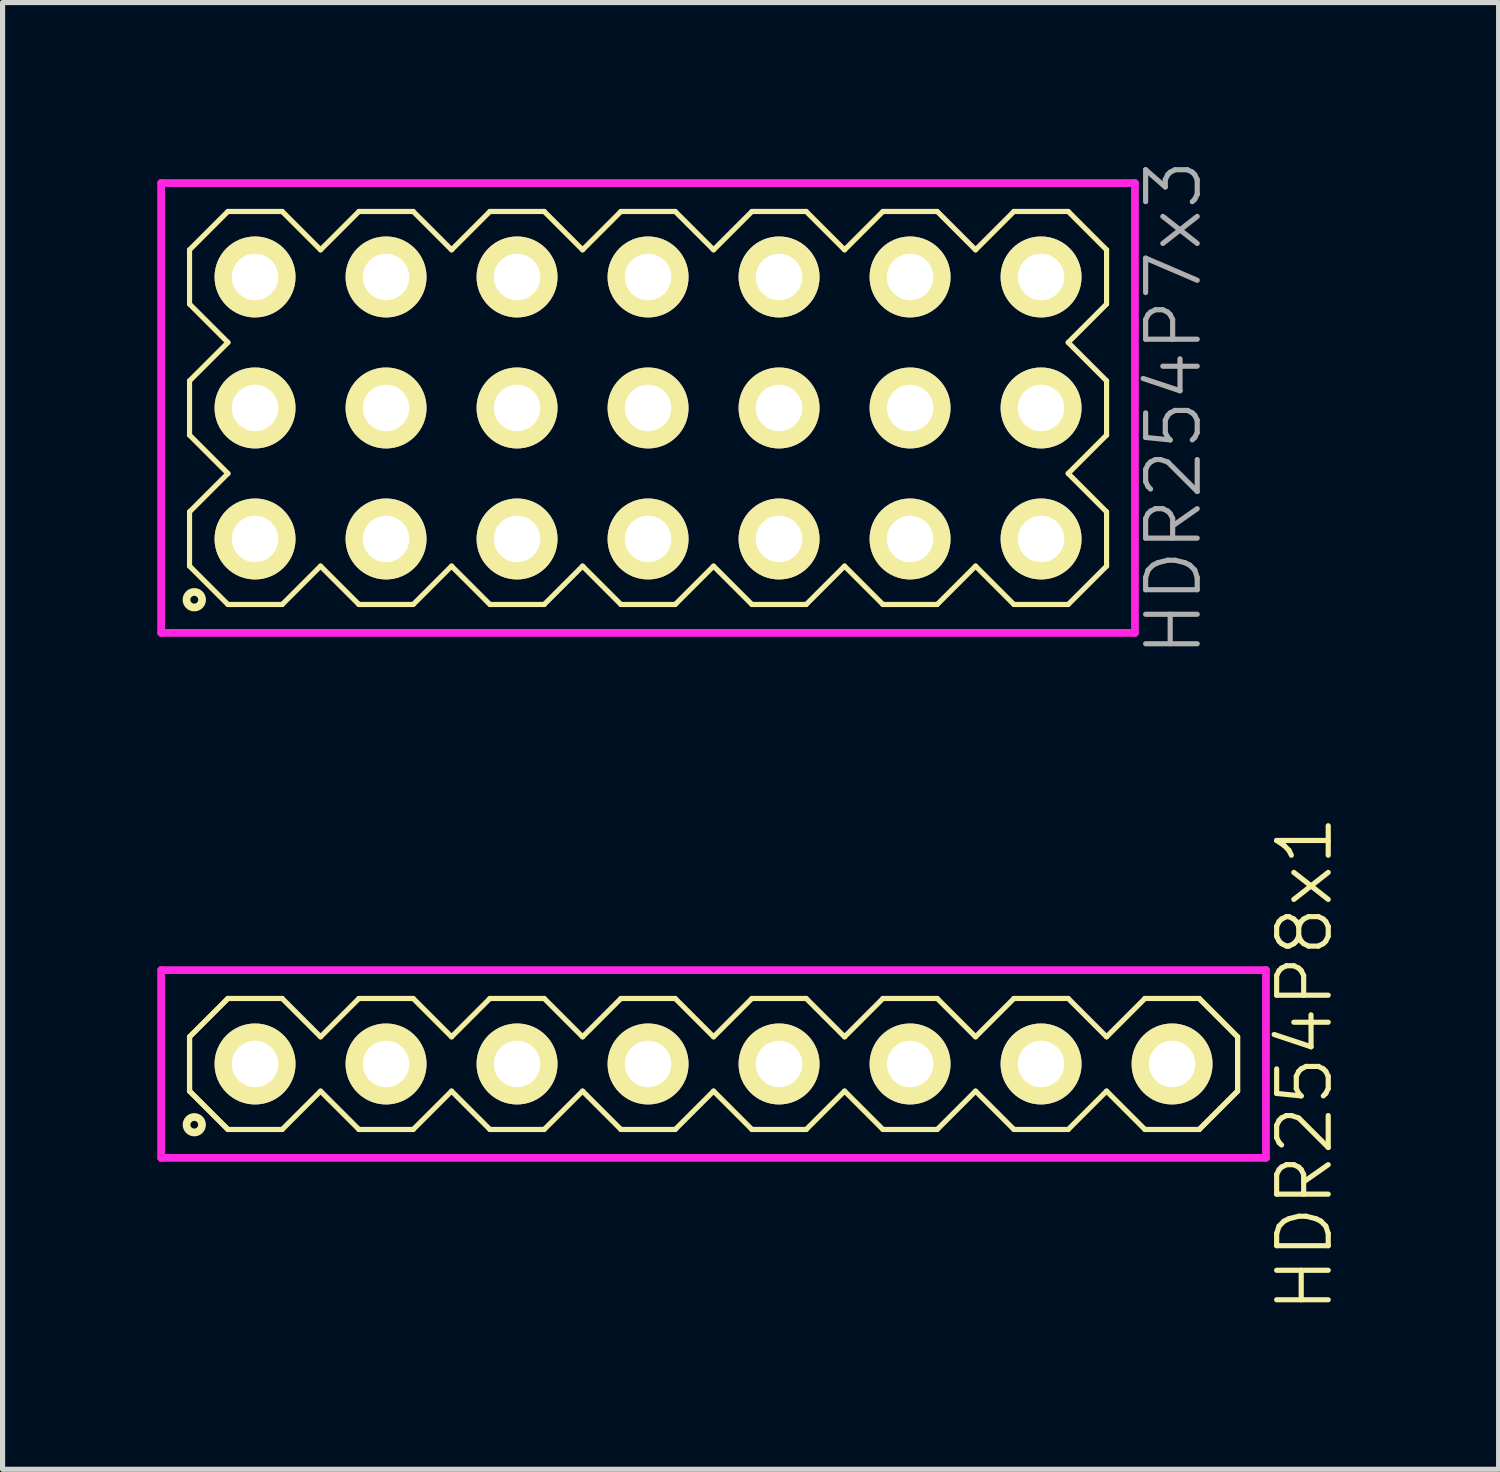
<source format=kicad_pcb>
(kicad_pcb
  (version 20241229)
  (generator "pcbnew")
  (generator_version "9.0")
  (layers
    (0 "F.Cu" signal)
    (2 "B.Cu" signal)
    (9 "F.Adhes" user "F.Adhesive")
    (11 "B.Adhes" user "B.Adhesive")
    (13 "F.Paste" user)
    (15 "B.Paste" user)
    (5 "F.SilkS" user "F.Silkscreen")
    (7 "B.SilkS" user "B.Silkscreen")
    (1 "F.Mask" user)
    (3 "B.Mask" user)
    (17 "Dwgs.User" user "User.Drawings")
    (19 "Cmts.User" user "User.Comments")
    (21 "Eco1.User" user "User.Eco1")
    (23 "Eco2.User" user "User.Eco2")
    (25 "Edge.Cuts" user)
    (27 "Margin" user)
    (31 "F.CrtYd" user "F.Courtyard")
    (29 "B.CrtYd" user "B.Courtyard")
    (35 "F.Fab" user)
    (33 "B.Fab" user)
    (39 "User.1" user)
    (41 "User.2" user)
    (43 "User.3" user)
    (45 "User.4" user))
  (footprint "HDR254P7x3"
    (layer "F.Cu")
    (at 9.515 4.86)
    (property "Reference" "HDR254P7x3" (at 10.19 0 90) (layer "F.Fab") (effects (font (size 1 1) (thickness 0.1))))
    (attr through_hole)
    (fp_line (start -8.89 -3.066) (end -8.146 -3.81) (stroke (width 0.1) (type solid)) (layer "F.SilkS"))
    (fp_line (start -8.89 -2.014) (end -8.89 -3.066) (stroke (width 0.1) (type solid)) (layer "F.SilkS"))
    (fp_line (start -8.89 -0.526) (end -8.146 -1.27) (stroke (width 0.1) (type solid)) (layer "F.SilkS"))
    (fp_line (start -8.89 0.526) (end -8.89 -0.526) (stroke (width 0.1) (type solid)) (layer "F.SilkS"))
    (fp_line (start -8.89 2.014) (end -8.146 1.27) (stroke (width 0.1) (type solid)) (layer "F.SilkS"))
    (fp_line (start -8.89 3.066) (end -8.89 2.014) (stroke (width 0.1) (type solid)) (layer "F.SilkS"))
    (fp_line (start -8.146 -3.81) (end -7.094 -3.81) (stroke (width 0.1) (type solid)) (layer "F.SilkS"))
    (fp_line (start -8.146 -1.27) (end -8.89 -2.014) (stroke (width 0.1) (type solid)) (layer "F.SilkS"))
    (fp_line (start -8.146 1.27) (end -8.89 0.526) (stroke (width 0.1) (type solid)) (layer "F.SilkS"))
    (fp_line (start -8.146 3.81) (end -8.89 3.066) (stroke (width 0.1) (type solid)) (layer "F.SilkS"))
    (fp_line (start -7.094 -3.81) (end -6.35 -3.066) (stroke (width 0.1) (type solid)) (layer "F.SilkS"))
    (fp_line (start -7.094 3.81) (end -8.146 3.81) (stroke (width 0.1) (type solid)) (layer "F.SilkS"))
    (fp_line (start -6.35 -3.066) (end -5.606 -3.81) (stroke (width 0.1) (type solid)) (layer "F.SilkS"))
    (fp_line (start -6.35 3.066) (end -7.094 3.81) (stroke (width 0.1) (type solid)) (layer "F.SilkS"))
    (fp_line (start -5.606 -3.81) (end -4.554 -3.81) (stroke (width 0.1) (type solid)) (layer "F.SilkS"))
    (fp_line (start -5.606 3.81) (end -6.35 3.066) (stroke (width 0.1) (type solid)) (layer "F.SilkS"))
    (fp_line (start -4.554 -3.81) (end -3.81 -3.066) (stroke (width 0.1) (type solid)) (layer "F.SilkS"))
    (fp_line (start -4.554 3.81) (end -5.606 3.81) (stroke (width 0.1) (type solid)) (layer "F.SilkS"))
    (fp_line (start -3.81 -3.066) (end -3.066 -3.81) (stroke (width 0.1) (type solid)) (layer "F.SilkS"))
    (fp_line (start -3.81 3.066) (end -4.554 3.81) (stroke (width 0.1) (type solid)) (layer "F.SilkS"))
    (fp_line (start -3.066 -3.81) (end -2.014 -3.81) (stroke (width 0.1) (type solid)) (layer "F.SilkS"))
    (fp_line (start -3.066 3.81) (end -3.81 3.066) (stroke (width 0.1) (type solid)) (layer "F.SilkS"))
    (fp_line (start -2.014 -3.81) (end -1.27 -3.066) (stroke (width 0.1) (type solid)) (layer "F.SilkS"))
    (fp_line (start -2.014 3.81) (end -3.066 3.81) (stroke (width 0.1) (type solid)) (layer "F.SilkS"))
    (fp_line (start -1.27 -3.066) (end -0.526 -3.81) (stroke (width 0.1) (type solid)) (layer "F.SilkS"))
    (fp_line (start -1.27 3.066) (end -2.014 3.81) (stroke (width 0.1) (type solid)) (layer "F.SilkS"))
    (fp_line (start -0.526 -3.81) (end 0.526 -3.81) (stroke (width 0.1) (type solid)) (layer "F.SilkS"))
    (fp_line (start -0.526 3.81) (end -1.27 3.066) (stroke (width 0.1) (type solid)) (layer "F.SilkS"))
    (fp_line (start 0.526 -3.81) (end 1.27 -3.066) (stroke (width 0.1) (type solid)) (layer "F.SilkS"))
    (fp_line (start 0.526 3.81) (end -0.526 3.81) (stroke (width 0.1) (type solid)) (layer "F.SilkS"))
    (fp_line (start 1.27 -3.066) (end 2.014 -3.81) (stroke (width 0.1) (type solid)) (layer "F.SilkS"))
    (fp_line (start 1.27 3.066) (end 0.526 3.81) (stroke (width 0.1) (type solid)) (layer "F.SilkS"))
    (fp_line (start 2.014 -3.81) (end 3.066 -3.81) (stroke (width 0.1) (type solid)) (layer "F.SilkS"))
    (fp_line (start 2.014 3.81) (end 1.27 3.066) (stroke (width 0.1) (type solid)) (layer "F.SilkS"))
    (fp_line (start 3.066 -3.81) (end 3.81 -3.066) (stroke (width 0.1) (type solid)) (layer "F.SilkS"))
    (fp_line (start 3.066 3.81) (end 2.014 3.81) (stroke (width 0.1) (type solid)) (layer "F.SilkS"))
    (fp_line (start 3.81 -3.066) (end 4.554 -3.81) (stroke (width 0.1) (type solid)) (layer "F.SilkS"))
    (fp_line (start 3.81 3.066) (end 3.066 3.81) (stroke (width 0.1) (type solid)) (layer "F.SilkS"))
    (fp_line (start 4.554 -3.81) (end 5.606 -3.81) (stroke (width 0.1) (type solid)) (layer "F.SilkS"))
    (fp_line (start 4.554 3.81) (end 3.81 3.066) (stroke (width 0.1) (type solid)) (layer "F.SilkS"))
    (fp_line (start 5.606 -3.81) (end 6.35 -3.066) (stroke (width 0.1) (type solid)) (layer "F.SilkS"))
    (fp_line (start 5.606 3.81) (end 4.554 3.81) (stroke (width 0.1) (type solid)) (layer "F.SilkS"))
    (fp_line (start 6.35 -3.066) (end 7.094 -3.81) (stroke (width 0.1) (type solid)) (layer "F.SilkS"))
    (fp_line (start 6.35 3.066) (end 5.606 3.81) (stroke (width 0.1) (type solid)) (layer "F.SilkS"))
    (fp_line (start 7.094 -3.81) (end 8.146 -3.81) (stroke (width 0.1) (type solid)) (layer "F.SilkS"))
    (fp_line (start 7.094 3.81) (end 6.35 3.066) (stroke (width 0.1) (type solid)) (layer "F.SilkS"))
    (fp_line (start 8.146 -3.81) (end 8.89 -3.066) (stroke (width 0.1) (type solid)) (layer "F.SilkS"))
    (fp_line (start 8.146 -1.27) (end 8.89 -0.526) (stroke (width 0.1) (type solid)) (layer "F.SilkS"))
    (fp_line (start 8.146 1.27) (end 8.89 2.014) (stroke (width 0.1) (type solid)) (layer "F.SilkS"))
    (fp_line (start 8.146 3.81) (end 7.094 3.81) (stroke (width 0.1) (type solid)) (layer "F.SilkS"))
    (fp_line (start 8.89 -3.066) (end 8.89 -2.014) (stroke (width 0.1) (type solid)) (layer "F.SilkS"))
    (fp_line (start 8.89 -2.014) (end 8.146 -1.27) (stroke (width 0.1) (type solid)) (layer "F.SilkS"))
    (fp_line (start 8.89 -0.526) (end 8.89 0.526) (stroke (width 0.1) (type solid)) (layer "F.SilkS"))
    (fp_line (start 8.89 0.526) (end 8.146 1.27) (stroke (width 0.1) (type solid)) (layer "F.SilkS"))
    (fp_line (start 8.89 2.014) (end 8.89 3.066) (stroke (width 0.1) (type solid)) (layer "F.SilkS"))
    (fp_line (start 8.89 3.066) (end 8.146 3.81) (stroke (width 0.1) (type solid)) (layer "F.SilkS"))
    (fp_circle (center -8.798 3.718) (end -8.647 3.718) (stroke (width 0.15) (type solid)) (fill no) (layer "F.SilkS"))
    (fp_line (start -9.44 -4.36) (end -9.44 4.36) (stroke (width 0.15) (type solid)) (layer "F.CrtYd"))
    (fp_line (start -9.44 4.36) (end 9.44 4.36) (stroke (width 0.15) (type solid)) (layer "F.CrtYd"))
    (fp_line (start 9.44 -4.36) (end -9.44 -4.36) (stroke (width 0.15) (type solid)) (layer "F.CrtYd"))
    (fp_line (start 9.44 4.36) (end 9.44 -4.36) (stroke (width 0.15) (type solid)) (layer "F.CrtYd"))
    (pad "1" thru_hole oval (at -7.62 2.54) (size 1.57 1.57) (drill 0.9) (layers "*.Cu" "*.Mask" "F.SilkS"))
    (pad "2" thru_hole oval (at -7.62 0) (size 1.57 1.57) (drill 0.9) (layers "*.Cu" "*.Mask" "F.SilkS"))
    (pad "3" thru_hole oval (at -7.62 -2.54) (size 1.57 1.57) (drill 0.9) (layers "*.Cu" "*.Mask" "F.SilkS"))
    (pad "4" thru_hole oval (at -5.08 2.54) (size 1.57 1.57) (drill 0.9) (layers "*.Cu" "*.Mask" "F.SilkS"))
    (pad "5" thru_hole oval (at -5.08 0) (size 1.57 1.57) (drill 0.9) (layers "*.Cu" "*.Mask" "F.SilkS"))
    (pad "6" thru_hole oval (at -5.08 -2.54) (size 1.57 1.57) (drill 0.9) (layers "*.Cu" "*.Mask" "F.SilkS"))
    (pad "7" thru_hole oval (at -2.54 2.54) (size 1.57 1.57) (drill 0.9) (layers "*.Cu" "*.Mask" "F.SilkS"))
    (pad "8" thru_hole oval (at -2.54 0) (size 1.57 1.57) (drill 0.9) (layers "*.Cu" "*.Mask" "F.SilkS"))
    (pad "9" thru_hole oval (at -2.54 -2.54) (size 1.57 1.57) (drill 0.9) (layers "*.Cu" "*.Mask" "F.SilkS"))
    (pad "10" thru_hole oval (at 0 2.54) (size 1.57 1.57) (drill 0.9) (layers "*.Cu" "*.Mask" "F.SilkS"))
    (pad "11" thru_hole oval (at 0 0) (size 1.57 1.57) (drill 0.9) (layers "*.Cu" "*.Mask" "F.SilkS"))
    (pad "12" thru_hole oval (at 0 -2.54) (size 1.57 1.57) (drill 0.9) (layers "*.Cu" "*.Mask" "F.SilkS"))
    (pad "13" thru_hole oval (at 2.54 2.54) (size 1.57 1.57) (drill 0.9) (layers "*.Cu" "*.Mask" "F.SilkS"))
    (pad "14" thru_hole oval (at 2.54 0) (size 1.57 1.57) (drill 0.9) (layers "*.Cu" "*.Mask" "F.SilkS"))
    (pad "15" thru_hole oval (at 2.54 -2.54) (size 1.57 1.57) (drill 0.9) (layers "*.Cu" "*.Mask" "F.SilkS"))
    (pad "16" thru_hole oval (at 5.08 2.54) (size 1.57 1.57) (drill 0.9) (layers "*.Cu" "*.Mask" "F.SilkS"))
    (pad "17" thru_hole oval (at 5.08 0) (size 1.57 1.57) (drill 0.9) (layers "*.Cu" "*.Mask" "F.SilkS"))
    (pad "18" thru_hole oval (at 5.08 -2.54) (size 1.57 1.57) (drill 0.9) (layers "*.Cu" "*.Mask" "F.SilkS"))
    (pad "19" thru_hole oval (at 7.62 2.54) (size 1.57 1.57) (drill 0.9) (layers "*.Cu" "*.Mask" "F.SilkS"))
    (pad "20" thru_hole oval (at 7.62 0) (size 1.57 1.57) (drill 0.9) (layers "*.Cu" "*.Mask" "F.SilkS"))
    (pad "21" thru_hole oval (at 7.62 -2.54) (size 1.57 1.57) (drill 0.9) (layers "*.Cu" "*.Mask" "F.SilkS")))
  (footprint "HDR254P8x1"
    (layer "F.Cu")
    (at 10.785 17.579)
    (property "Reference" "HDR254P8x1" (at 11.46 0 90) (layer "F.SilkS") (effects (font (size 1 1) (thickness 0.1))))
    (attr through_hole)
    (fp_line (start -10.16 -0.526) (end -9.416 -1.27) (stroke (width 0.1) (type solid)) (layer "F.SilkS"))
    (fp_line (start -10.16 -0.526) (end -9.416 -1.27) (stroke (width 0.1) (type solid)) (layer "F.SilkS"))
    (fp_line (start -10.16 0.526) (end -10.16 -0.526) (stroke (width 0.1) (type solid)) (layer "F.SilkS"))
    (fp_line (start -10.16 0.526) (end -10.16 -0.526) (stroke (width 0.1) (type solid)) (layer "F.SilkS"))
    (fp_line (start -9.416 -1.27) (end -8.364 -1.27) (stroke (width 0.1) (type solid)) (layer "F.SilkS"))
    (fp_line (start -9.416 1.27) (end -10.16 0.526) (stroke (width 0.1) (type solid)) (layer "F.SilkS"))
    (fp_line (start -9.416 1.27) (end -10.16 0.526) (stroke (width 0.1) (type solid)) (layer "F.SilkS"))
    (fp_line (start -8.364 -1.27) (end -7.62 -0.526) (stroke (width 0.1) (type solid)) (layer "F.SilkS"))
    (fp_line (start -8.364 1.27) (end -9.416 1.27) (stroke (width 0.1) (type solid)) (layer "F.SilkS"))
    (fp_line (start -7.62 -0.526) (end -6.876 -1.27) (stroke (width 0.1) (type solid)) (layer "F.SilkS"))
    (fp_line (start -7.62 0.526) (end -8.364 1.27) (stroke (width 0.1) (type solid)) (layer "F.SilkS"))
    (fp_line (start -6.876 -1.27) (end -5.824 -1.27) (stroke (width 0.1) (type solid)) (layer "F.SilkS"))
    (fp_line (start -6.876 1.27) (end -7.62 0.526) (stroke (width 0.1) (type solid)) (layer "F.SilkS"))
    (fp_line (start -5.824 -1.27) (end -5.08 -0.526) (stroke (width 0.1) (type solid)) (layer "F.SilkS"))
    (fp_line (start -5.824 1.27) (end -6.876 1.27) (stroke (width 0.1) (type solid)) (layer "F.SilkS"))
    (fp_line (start -5.08 -0.526) (end -4.336 -1.27) (stroke (width 0.1) (type solid)) (layer "F.SilkS"))
    (fp_line (start -5.08 0.526) (end -5.824 1.27) (stroke (width 0.1) (type solid)) (layer "F.SilkS"))
    (fp_line (start -4.336 -1.27) (end -3.284 -1.27) (stroke (width 0.1) (type solid)) (layer "F.SilkS"))
    (fp_line (start -4.336 1.27) (end -5.08 0.526) (stroke (width 0.1) (type solid)) (layer "F.SilkS"))
    (fp_line (start -3.284 -1.27) (end -2.54 -0.526) (stroke (width 0.1) (type solid)) (layer "F.SilkS"))
    (fp_line (start -3.284 1.27) (end -4.336 1.27) (stroke (width 0.1) (type solid)) (layer "F.SilkS"))
    (fp_line (start -2.54 -0.526) (end -1.796 -1.27) (stroke (width 0.1) (type solid)) (layer "F.SilkS"))
    (fp_line (start -2.54 0.526) (end -3.284 1.27) (stroke (width 0.1) (type solid)) (layer "F.SilkS"))
    (fp_line (start -1.796 -1.27) (end -0.744 -1.27) (stroke (width 0.1) (type solid)) (layer "F.SilkS"))
    (fp_line (start -1.796 1.27) (end -2.54 0.526) (stroke (width 0.1) (type solid)) (layer "F.SilkS"))
    (fp_line (start -0.744 -1.27) (end 0 -0.526) (stroke (width 0.1) (type solid)) (layer "F.SilkS"))
    (fp_line (start -0.744 1.27) (end -1.796 1.27) (stroke (width 0.1) (type solid)) (layer "F.SilkS"))
    (fp_line (start 0 -0.526) (end 0.744 -1.27) (stroke (width 0.1) (type solid)) (layer "F.SilkS"))
    (fp_line (start 0 0.526) (end -0.744 1.27) (stroke (width 0.1) (type solid)) (layer "F.SilkS"))
    (fp_line (start 0.744 -1.27) (end 1.796 -1.27) (stroke (width 0.1) (type solid)) (layer "F.SilkS"))
    (fp_line (start 0.744 1.27) (end 0 0.526) (stroke (width 0.1) (type solid)) (layer "F.SilkS"))
    (fp_line (start 1.796 -1.27) (end 2.54 -0.526) (stroke (width 0.1) (type solid)) (layer "F.SilkS"))
    (fp_line (start 1.796 1.27) (end 0.744 1.27) (stroke (width 0.1) (type solid)) (layer "F.SilkS"))
    (fp_line (start 2.54 -0.526) (end 3.284 -1.27) (stroke (width 0.1) (type solid)) (layer "F.SilkS"))
    (fp_line (start 2.54 0.526) (end 1.796 1.27) (stroke (width 0.1) (type solid)) (layer "F.SilkS"))
    (fp_line (start 3.284 -1.27) (end 4.336 -1.27) (stroke (width 0.1) (type solid)) (layer "F.SilkS"))
    (fp_line (start 3.284 1.27) (end 2.54 0.526) (stroke (width 0.1) (type solid)) (layer "F.SilkS"))
    (fp_line (start 4.336 -1.27) (end 5.08 -0.526) (stroke (width 0.1) (type solid)) (layer "F.SilkS"))
    (fp_line (start 4.336 1.27) (end 3.284 1.27) (stroke (width 0.1) (type solid)) (layer "F.SilkS"))
    (fp_line (start 5.08 -0.526) (end 5.824 -1.27) (stroke (width 0.1) (type solid)) (layer "F.SilkS"))
    (fp_line (start 5.08 0.526) (end 4.336 1.27) (stroke (width 0.1) (type solid)) (layer "F.SilkS"))
    (fp_line (start 5.824 -1.27) (end 6.876 -1.27) (stroke (width 0.1) (type solid)) (layer "F.SilkS"))
    (fp_line (start 5.824 1.27) (end 5.08 0.526) (stroke (width 0.1) (type solid)) (layer "F.SilkS"))
    (fp_line (start 6.876 -1.27) (end 7.62 -0.526) (stroke (width 0.1) (type solid)) (layer "F.SilkS"))
    (fp_line (start 6.876 1.27) (end 5.824 1.27) (stroke (width 0.1) (type solid)) (layer "F.SilkS"))
    (fp_line (start 7.62 -0.526) (end 8.364 -1.27) (stroke (width 0.1) (type solid)) (layer "F.SilkS"))
    (fp_line (start 7.62 0.526) (end 6.876 1.27) (stroke (width 0.1) (type solid)) (layer "F.SilkS"))
    (fp_line (start 8.364 -1.27) (end 9.416 -1.27) (stroke (width 0.1) (type solid)) (layer "F.SilkS"))
    (fp_line (start 8.364 1.27) (end 7.62 0.526) (stroke (width 0.1) (type solid)) (layer "F.SilkS"))
    (fp_line (start 9.416 -1.27) (end 10.16 -0.526) (stroke (width 0.1) (type solid)) (layer "F.SilkS"))
    (fp_line (start 9.416 -1.27) (end 10.16 -0.526) (stroke (width 0.1) (type solid)) (layer "F.SilkS"))
    (fp_line (start 9.416 1.27) (end 8.364 1.27) (stroke (width 0.1) (type solid)) (layer "F.SilkS"))
    (fp_line (start 10.16 -0.526) (end 10.16 0.526) (stroke (width 0.1) (type solid)) (layer "F.SilkS"))
    (fp_line (start 10.16 -0.526) (end 10.16 0.526) (stroke (width 0.1) (type solid)) (layer "F.SilkS"))
    (fp_line (start 10.16 0.526) (end 9.416 1.27) (stroke (width 0.1) (type solid)) (layer "F.SilkS"))
    (fp_line (start 10.16 0.526) (end 9.416 1.27) (stroke (width 0.1) (type solid)) (layer "F.SilkS"))
    (fp_circle (center -10.068 1.178) (end -9.918 1.178) (stroke (width 0.15) (type solid)) (fill no) (layer "F.SilkS"))
    (fp_line (start -10.71 -1.82) (end -10.71 1.82) (stroke (width 0.15) (type solid)) (layer "F.CrtYd"))
    (fp_line (start -10.71 1.82) (end 10.71 1.82) (stroke (width 0.15) (type solid)) (layer "F.CrtYd"))
    (fp_line (start 10.71 -1.82) (end -10.71 -1.82) (stroke (width 0.15) (type solid)) (layer "F.CrtYd"))
    (fp_line (start 10.71 1.82) (end 10.71 -1.82) (stroke (width 0.15) (type solid)) (layer "F.CrtYd"))
    (pad "1" thru_hole oval (at -8.89 0) (size 1.57 1.57) (drill 0.9) (layers "*.Cu" "*.Mask" "F.SilkS"))
    (pad "2" thru_hole oval (at -6.35 0) (size 1.57 1.57) (drill 0.9) (layers "*.Cu" "*.Mask" "F.SilkS"))
    (pad "3" thru_hole oval (at -3.81 0) (size 1.57 1.57) (drill 0.9) (layers "*.Cu" "*.Mask" "F.SilkS"))
    (pad "4" thru_hole oval (at -1.27 0) (size 1.57 1.57) (drill 0.9) (layers "*.Cu" "*.Mask" "F.SilkS"))
    (pad "5" thru_hole oval (at 1.27 0) (size 1.57 1.57) (drill 0.9) (layers "*.Cu" "*.Mask" "F.SilkS"))
    (pad "6" thru_hole oval (at 3.81 0) (size 1.57 1.57) (drill 0.9) (layers "*.Cu" "*.Mask" "F.SilkS"))
    (pad "7" thru_hole oval (at 6.35 0) (size 1.57 1.57) (drill 0.9) (layers "*.Cu" "*.Mask" "F.SilkS"))
    (pad "8" thru_hole oval (at 8.89 0) (size 1.57 1.57) (drill 0.9) (layers "*.Cu" "*.Mask" "F.SilkS")))
  (gr_rect
    (start -3 -3)
    (end 26.006 25.438)
    (stroke (width 0.1) (type default))
    (fill no)
    (layer "Edge.Cuts")))
</source>
